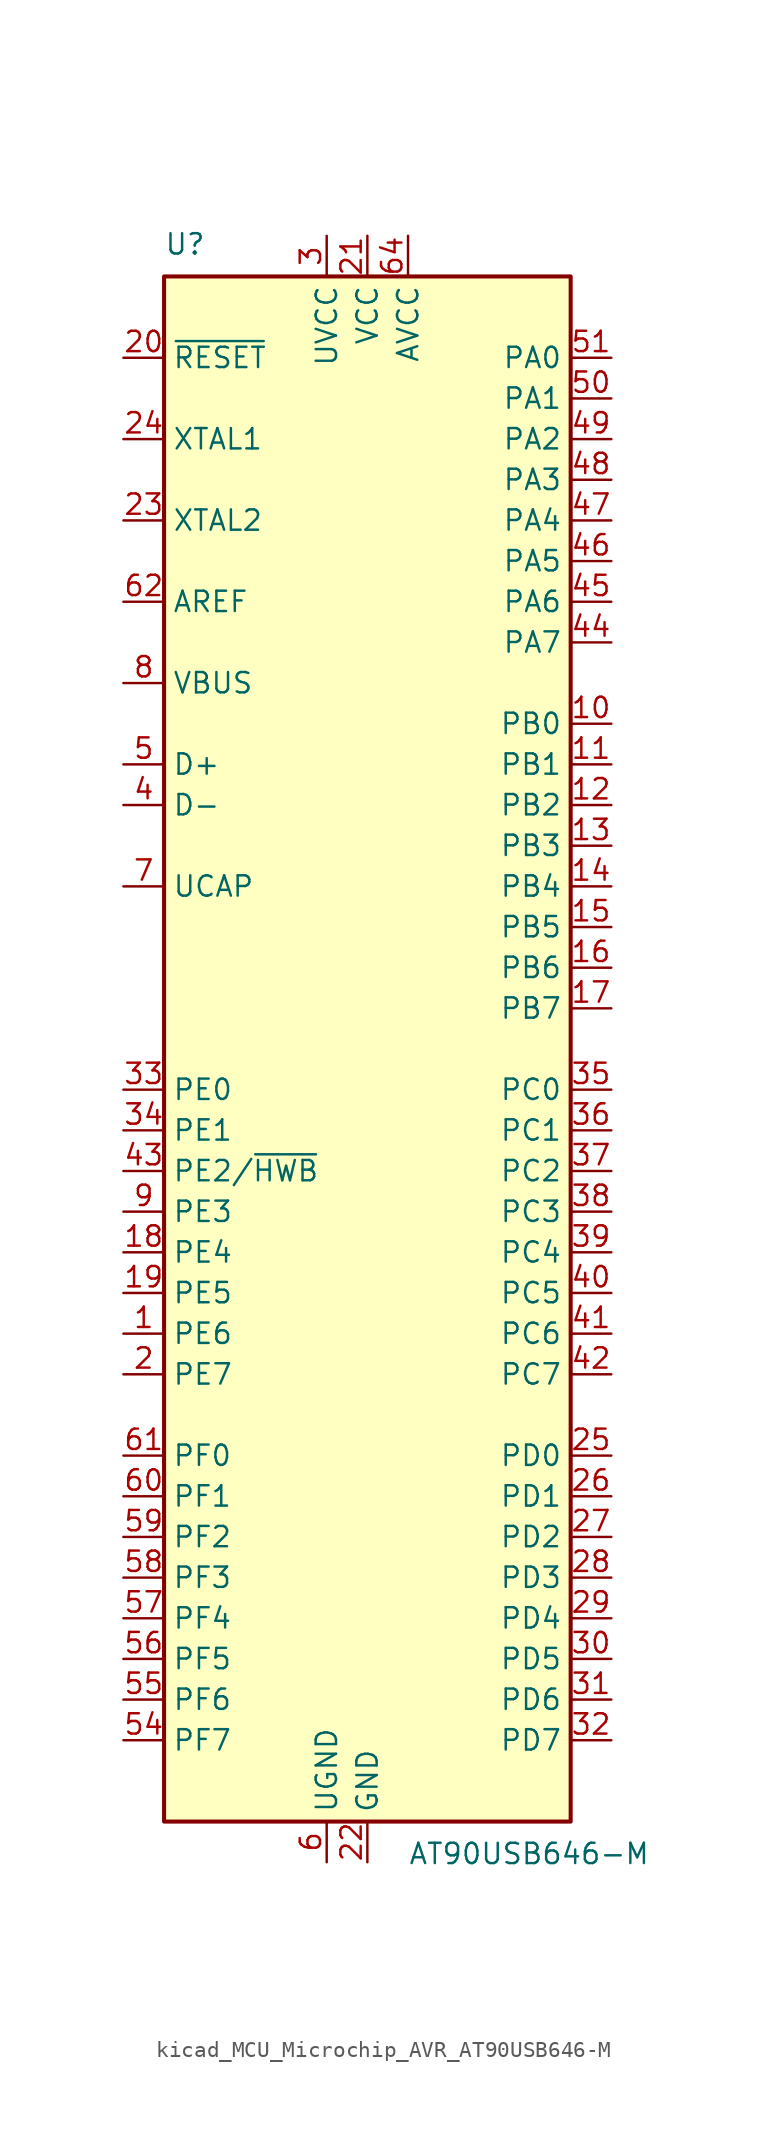
<source format=kicad_sym>
(kicad_symbol_lib
  (version 20220914)
  (generator kicad_symbol_editor)
  (symbol "kicad_MCU_Microchip_AVR_AT90USB646-M"
    (property "Reference" "U"
      (at -12.7 49.53 0)
      (effects (font (size 1.27 1.27)) (justify left bottom)))
    (property "Value" "AT90USB646-M"
      (at 2.54 -49.53 0)
      (effects (font (size 1.27 1.27)) (justify left top)))
    (symbol "kicad_MCU_Microchip_AVR_AT90USB646-M_0_1"
      (rectangle (start -12.7 -48.26) (end 12.7 48.26) (stroke (width 0.254) (type default)) (fill (type background))))
    (symbol "kicad_MCU_Microchip_AVR_AT90USB646-M_1_1"
      (pin bidirectional line (at -15.24 -17.78 0) (length 2.54) (name "PE6" (effects (font (size 1.27 1.27)))) (number "1" (effects (font (size 1.27 1.27)))))
      (pin bidirectional line (at 15.24 20.32 180) (length 2.54) (name "PB0" (effects (font (size 1.27 1.27)))) (number "10" (effects (font (size 1.27 1.27)))))
      (pin bidirectional line (at 15.24 17.78 180) (length 2.54) (name "PB1" (effects (font (size 1.27 1.27)))) (number "11" (effects (font (size 1.27 1.27)))))
      (pin bidirectional line (at 15.24 15.24 180) (length 2.54) (name "PB2" (effects (font (size 1.27 1.27)))) (number "12" (effects (font (size 1.27 1.27)))))
      (pin bidirectional line (at 15.24 12.7 180) (length 2.54) (name "PB3" (effects (font (size 1.27 1.27)))) (number "13" (effects (font (size 1.27 1.27)))))
      (pin bidirectional line (at 15.24 10.16 180) (length 2.54) (name "PB4" (effects (font (size 1.27 1.27)))) (number "14" (effects (font (size 1.27 1.27)))))
      (pin bidirectional line (at 15.24 7.62 180) (length 2.54) (name "PB5" (effects (font (size 1.27 1.27)))) (number "15" (effects (font (size 1.27 1.27)))))
      (pin bidirectional line (at 15.24 5.08 180) (length 2.54) (name "PB6" (effects (font (size 1.27 1.27)))) (number "16" (effects (font (size 1.27 1.27)))))
      (pin bidirectional line (at 15.24 2.54 180) (length 2.54) (name "PB7" (effects (font (size 1.27 1.27)))) (number "17" (effects (font (size 1.27 1.27)))))
      (pin bidirectional line (at -15.24 -12.7 0) (length 2.54) (name "PE4" (effects (font (size 1.27 1.27)))) (number "18" (effects (font (size 1.27 1.27)))))
      (pin bidirectional line (at -15.24 -15.24 0) (length 2.54) (name "PE5" (effects (font (size 1.27 1.27)))) (number "19" (effects (font (size 1.27 1.27)))))
      (pin bidirectional line (at -15.24 -20.32 0) (length 2.54) (name "PE7" (effects (font (size 1.27 1.27)))) (number "2" (effects (font (size 1.27 1.27)))))
      (pin input line (at -15.24 43.18 0) (length 2.54) (name "~{RESET}" (effects (font (size 1.27 1.27)))) (number "20" (effects (font (size 1.27 1.27)))))
      (pin power_in line (at 0 50.8 270) (length 2.54) (name "VCC" (effects (font (size 1.27 1.27)))) (number "21" (effects (font (size 1.27 1.27)))))
      (pin power_in line (at 0 -50.8 90) (length 2.54) (name "GND" (effects (font (size 1.27 1.27)))) (number "22" (effects (font (size 1.27 1.27)))))
      (pin output line (at -15.24 33.02 0) (length 2.54) (name "XTAL2" (effects (font (size 1.27 1.27)))) (number "23" (effects (font (size 1.27 1.27)))))
      (pin input line (at -15.24 38.1 0) (length 2.54) (name "XTAL1" (effects (font (size 1.27 1.27)))) (number "24" (effects (font (size 1.27 1.27)))))
      (pin bidirectional line (at 15.24 -25.4 180) (length 2.54) (name "PD0" (effects (font (size 1.27 1.27)))) (number "25" (effects (font (size 1.27 1.27)))))
      (pin bidirectional line (at 15.24 -27.94 180) (length 2.54) (name "PD1" (effects (font (size 1.27 1.27)))) (number "26" (effects (font (size 1.27 1.27)))))
      (pin bidirectional line (at 15.24 -30.48 180) (length 2.54) (name "PD2" (effects (font (size 1.27 1.27)))) (number "27" (effects (font (size 1.27 1.27)))))
      (pin bidirectional line (at 15.24 -33.02 180) (length 2.54) (name "PD3" (effects (font (size 1.27 1.27)))) (number "28" (effects (font (size 1.27 1.27)))))
      (pin bidirectional line (at 15.24 -35.56 180) (length 2.54) (name "PD4" (effects (font (size 1.27 1.27)))) (number "29" (effects (font (size 1.27 1.27)))))
      (pin power_in line (at -2.54 50.8 270) (length 2.54) (name "UVCC" (effects (font (size 1.27 1.27)))) (number "3" (effects (font (size 1.27 1.27)))))
      (pin bidirectional line (at 15.24 -38.1 180) (length 2.54) (name "PD5" (effects (font (size 1.27 1.27)))) (number "30" (effects (font (size 1.27 1.27)))))
      (pin bidirectional line (at 15.24 -40.64 180) (length 2.54) (name "PD6" (effects (font (size 1.27 1.27)))) (number "31" (effects (font (size 1.27 1.27)))))
      (pin bidirectional line (at 15.24 -43.18 180) (length 2.54) (name "PD7" (effects (font (size 1.27 1.27)))) (number "32" (effects (font (size 1.27 1.27)))))
      (pin bidirectional line (at -15.24 -2.54 0) (length 2.54) (name "PE0" (effects (font (size 1.27 1.27)))) (number "33" (effects (font (size 1.27 1.27)))))
      (pin bidirectional line (at -15.24 -5.08 0) (length 2.54) (name "PE1" (effects (font (size 1.27 1.27)))) (number "34" (effects (font (size 1.27 1.27)))))
      (pin bidirectional line (at 15.24 -2.54 180) (length 2.54) (name "PC0" (effects (font (size 1.27 1.27)))) (number "35" (effects (font (size 1.27 1.27)))))
      (pin bidirectional line (at 15.24 -5.08 180) (length 2.54) (name "PC1" (effects (font (size 1.27 1.27)))) (number "36" (effects (font (size 1.27 1.27)))))
      (pin bidirectional line (at 15.24 -7.62 180) (length 2.54) (name "PC2" (effects (font (size 1.27 1.27)))) (number "37" (effects (font (size 1.27 1.27)))))
      (pin bidirectional line (at 15.24 -10.16 180) (length 2.54) (name "PC3" (effects (font (size 1.27 1.27)))) (number "38" (effects (font (size 1.27 1.27)))))
      (pin bidirectional line (at 15.24 -12.7 180) (length 2.54) (name "PC4" (effects (font (size 1.27 1.27)))) (number "39" (effects (font (size 1.27 1.27)))))
      (pin bidirectional line (at -15.24 15.24 0) (length 2.54) (name "D-" (effects (font (size 1.27 1.27)))) (number "4" (effects (font (size 1.27 1.27)))))
      (pin bidirectional line (at 15.24 -15.24 180) (length 2.54) (name "PC5" (effects (font (size 1.27 1.27)))) (number "40" (effects (font (size 1.27 1.27)))))
      (pin bidirectional line (at 15.24 -17.78 180) (length 2.54) (name "PC6" (effects (font (size 1.27 1.27)))) (number "41" (effects (font (size 1.27 1.27)))))
      (pin bidirectional line (at 15.24 -20.32 180) (length 2.54) (name "PC7" (effects (font (size 1.27 1.27)))) (number "42" (effects (font (size 1.27 1.27)))))
      (pin bidirectional line (at -15.24 -7.62 0) (length 2.54) (name "PE2/~{HWB}" (effects (font (size 1.27 1.27)))) (number "43" (effects (font (size 1.27 1.27)))))
      (pin bidirectional line (at 15.24 25.4 180) (length 2.54) (name "PA7" (effects (font (size 1.27 1.27)))) (number "44" (effects (font (size 1.27 1.27)))))
      (pin bidirectional line (at 15.24 27.94 180) (length 2.54) (name "PA6" (effects (font (size 1.27 1.27)))) (number "45" (effects (font (size 1.27 1.27)))))
      (pin bidirectional line (at 15.24 30.48 180) (length 2.54) (name "PA5" (effects (font (size 1.27 1.27)))) (number "46" (effects (font (size 1.27 1.27)))))
      (pin bidirectional line (at 15.24 33.02 180) (length 2.54) (name "PA4" (effects (font (size 1.27 1.27)))) (number "47" (effects (font (size 1.27 1.27)))))
      (pin bidirectional line (at 15.24 35.56 180) (length 2.54) (name "PA3" (effects (font (size 1.27 1.27)))) (number "48" (effects (font (size 1.27 1.27)))))
      (pin bidirectional line (at 15.24 38.1 180) (length 2.54) (name "PA2" (effects (font (size 1.27 1.27)))) (number "49" (effects (font (size 1.27 1.27)))))
      (pin bidirectional line (at -15.24 17.78 0) (length 2.54) (name "D+" (effects (font (size 1.27 1.27)))) (number "5" (effects (font (size 1.27 1.27)))))
      (pin bidirectional line (at 15.24 40.64 180) (length 2.54) (name "PA1" (effects (font (size 1.27 1.27)))) (number "50" (effects (font (size 1.27 1.27)))))
      (pin bidirectional line (at 15.24 43.18 180) (length 2.54) (name "PA0" (effects (font (size 1.27 1.27)))) (number "51" (effects (font (size 1.27 1.27)))))
      (pin passive line (at 0 50.8 270) (length 2.54) hide (name "VCC" (effects (font (size 1.27 1.27)))) (number "52" (effects (font (size 1.27 1.27)))))
      (pin passive line (at 0 -50.8 90) (length 2.54) hide (name "GND" (effects (font (size 1.27 1.27)))) (number "53" (effects (font (size 1.27 1.27)))))
      (pin bidirectional line (at -15.24 -43.18 0) (length 2.54) (name "PF7" (effects (font (size 1.27 1.27)))) (number "54" (effects (font (size 1.27 1.27)))))
      (pin bidirectional line (at -15.24 -40.64 0) (length 2.54) (name "PF6" (effects (font (size 1.27 1.27)))) (number "55" (effects (font (size 1.27 1.27)))))
      (pin bidirectional line (at -15.24 -38.1 0) (length 2.54) (name "PF5" (effects (font (size 1.27 1.27)))) (number "56" (effects (font (size 1.27 1.27)))))
      (pin bidirectional line (at -15.24 -35.56 0) (length 2.54) (name "PF4" (effects (font (size 1.27 1.27)))) (number "57" (effects (font (size 1.27 1.27)))))
      (pin bidirectional line (at -15.24 -33.02 0) (length 2.54) (name "PF3" (effects (font (size 1.27 1.27)))) (number "58" (effects (font (size 1.27 1.27)))))
      (pin bidirectional line (at -15.24 -30.48 0) (length 2.54) (name "PF2" (effects (font (size 1.27 1.27)))) (number "59" (effects (font (size 1.27 1.27)))))
      (pin power_in line (at -2.54 -50.8 90) (length 2.54) (name "UGND" (effects (font (size 1.27 1.27)))) (number "6" (effects (font (size 1.27 1.27)))))
      (pin bidirectional line (at -15.24 -27.94 0) (length 2.54) (name "PF1" (effects (font (size 1.27 1.27)))) (number "60" (effects (font (size 1.27 1.27)))))
      (pin bidirectional line (at -15.24 -25.4 0) (length 2.54) (name "PF0" (effects (font (size 1.27 1.27)))) (number "61" (effects (font (size 1.27 1.27)))))
      (pin passive line (at -15.24 27.94 0) (length 2.54) (name "AREF" (effects (font (size 1.27 1.27)))) (number "62" (effects (font (size 1.27 1.27)))))
      (pin passive line (at 0 -50.8 90) (length 2.54) hide (name "GND" (effects (font (size 1.27 1.27)))) (number "63" (effects (font (size 1.27 1.27)))))
      (pin power_in line (at 2.54 50.8 270) (length 2.54) (name "AVCC" (effects (font (size 1.27 1.27)))) (number "64" (effects (font (size 1.27 1.27)))))
      (pin passive line (at 0 -50.8 90) (length 2.54) hide (name "GND" (effects (font (size 1.27 1.27)))) (number "65" (effects (font (size 1.27 1.27)))))
      (pin passive line (at -15.24 10.16 0) (length 2.54) (name "UCAP" (effects (font (size 1.27 1.27)))) (number "7" (effects (font (size 1.27 1.27)))))
      (pin input line (at -15.24 22.86 0) (length 2.54) (name "VBUS" (effects (font (size 1.27 1.27)))) (number "8" (effects (font (size 1.27 1.27)))))
      (pin bidirectional line (at -15.24 -10.16 0) (length 2.54) (name "PE3" (effects (font (size 1.27 1.27)))) (number "9" (effects (font (size 1.27 1.27))))))))
</source>
